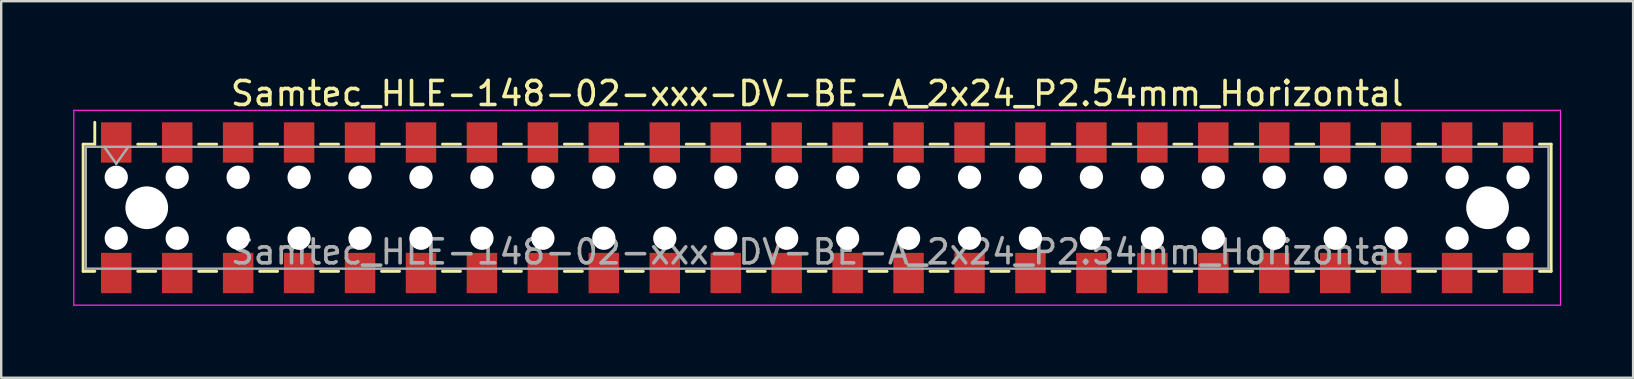
<source format=kicad_pcb>
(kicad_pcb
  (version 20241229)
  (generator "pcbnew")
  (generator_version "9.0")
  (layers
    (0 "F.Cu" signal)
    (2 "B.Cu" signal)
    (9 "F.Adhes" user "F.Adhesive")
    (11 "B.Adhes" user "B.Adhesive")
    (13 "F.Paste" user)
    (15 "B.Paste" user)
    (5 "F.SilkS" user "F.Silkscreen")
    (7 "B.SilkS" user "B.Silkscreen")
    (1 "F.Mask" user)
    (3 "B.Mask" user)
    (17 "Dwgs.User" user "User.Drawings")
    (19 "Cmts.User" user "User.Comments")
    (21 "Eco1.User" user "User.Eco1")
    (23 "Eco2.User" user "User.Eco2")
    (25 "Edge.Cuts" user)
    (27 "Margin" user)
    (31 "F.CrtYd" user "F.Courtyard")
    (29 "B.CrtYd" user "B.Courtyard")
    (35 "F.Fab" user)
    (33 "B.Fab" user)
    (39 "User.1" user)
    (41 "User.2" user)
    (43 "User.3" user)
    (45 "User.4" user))
  (footprint "Samtec_HLE-148-02-xxx-DV-BE-A_2x24_P2.54mm_Horizontal"
    (layer "F.Cu")
    (at 31.005 5.608)
    (property "Reference" "Samtec_HLE-148-02-xxx-DV-BE-A_2x24_P2.54mm_Horizontal" (at 0 -4.76 0) (layer "F.SilkS") (effects (font (size 1 1) (thickness 0.15))))
    (attr smd)
    (fp_line (start -30.59 -2.65) (end -30.59 2.65) (stroke (width 0.12) (type solid)) (layer "F.SilkS"))
    (fp_line (start -30.59 2.65) (end -30.105 2.65) (stroke (width 0.12) (type solid)) (layer "F.SilkS"))
    (fp_line (start -30.105 -3.56) (end -30.105 -2.65) (stroke (width 0.12) (type solid)) (layer "F.SilkS"))
    (fp_line (start -30.105 -2.65) (end -30.59 -2.65) (stroke (width 0.12) (type solid)) (layer "F.SilkS"))
    (fp_line (start -28.315 -2.65) (end -27.565 -2.65) (stroke (width 0.12) (type solid)) (layer "F.SilkS"))
    (fp_line (start -28.315 2.65) (end -27.565 2.65) (stroke (width 0.12) (type solid)) (layer "F.SilkS"))
    (fp_line (start -25.775 -2.65) (end -25.025 -2.65) (stroke (width 0.12) (type solid)) (layer "F.SilkS"))
    (fp_line (start -25.775 2.65) (end -25.025 2.65) (stroke (width 0.12) (type solid)) (layer "F.SilkS"))
    (fp_line (start -23.235 -2.65) (end -22.485 -2.65) (stroke (width 0.12) (type solid)) (layer "F.SilkS"))
    (fp_line (start -23.235 2.65) (end -22.485 2.65) (stroke (width 0.12) (type solid)) (layer "F.SilkS"))
    (fp_line (start -20.695 -2.65) (end -19.945 -2.65) (stroke (width 0.12) (type solid)) (layer "F.SilkS"))
    (fp_line (start -20.695 2.65) (end -19.945 2.65) (stroke (width 0.12) (type solid)) (layer "F.SilkS"))
    (fp_line (start -18.155 -2.65) (end -17.405 -2.65) (stroke (width 0.12) (type solid)) (layer "F.SilkS"))
    (fp_line (start -18.155 2.65) (end -17.405 2.65) (stroke (width 0.12) (type solid)) (layer "F.SilkS"))
    (fp_line (start -15.615 -2.65) (end -14.865 -2.65) (stroke (width 0.12) (type solid)) (layer "F.SilkS"))
    (fp_line (start -15.615 2.65) (end -14.865 2.65) (stroke (width 0.12) (type solid)) (layer "F.SilkS"))
    (fp_line (start -13.075 -2.65) (end -12.325 -2.65) (stroke (width 0.12) (type solid)) (layer "F.SilkS"))
    (fp_line (start -13.075 2.65) (end -12.325 2.65) (stroke (width 0.12) (type solid)) (layer "F.SilkS"))
    (fp_line (start -10.535 -2.65) (end -9.785 -2.65) (stroke (width 0.12) (type solid)) (layer "F.SilkS"))
    (fp_line (start -10.535 2.65) (end -9.785 2.65) (stroke (width 0.12) (type solid)) (layer "F.SilkS"))
    (fp_line (start -7.995 -2.65) (end -7.245 -2.65) (stroke (width 0.12) (type solid)) (layer "F.SilkS"))
    (fp_line (start -7.995 2.65) (end -7.245 2.65) (stroke (width 0.12) (type solid)) (layer "F.SilkS"))
    (fp_line (start -5.455 -2.65) (end -4.705 -2.65) (stroke (width 0.12) (type solid)) (layer "F.SilkS"))
    (fp_line (start -5.455 2.65) (end -4.705 2.65) (stroke (width 0.12) (type solid)) (layer "F.SilkS"))
    (fp_line (start -2.915 -2.65) (end -2.165 -2.65) (stroke (width 0.12) (type solid)) (layer "F.SilkS"))
    (fp_line (start -2.915 2.65) (end -2.165 2.65) (stroke (width 0.12) (type solid)) (layer "F.SilkS"))
    (fp_line (start -0.375 -2.65) (end 0.375 -2.65) (stroke (width 0.12) (type solid)) (layer "F.SilkS"))
    (fp_line (start -0.375 2.65) (end 0.375 2.65) (stroke (width 0.12) (type solid)) (layer "F.SilkS"))
    (fp_line (start 2.165 -2.65) (end 2.915 -2.65) (stroke (width 0.12) (type solid)) (layer "F.SilkS"))
    (fp_line (start 2.165 2.65) (end 2.915 2.65) (stroke (width 0.12) (type solid)) (layer "F.SilkS"))
    (fp_line (start 4.705 -2.65) (end 5.455 -2.65) (stroke (width 0.12) (type solid)) (layer "F.SilkS"))
    (fp_line (start 4.705 2.65) (end 5.455 2.65) (stroke (width 0.12) (type solid)) (layer "F.SilkS"))
    (fp_line (start 7.245 -2.65) (end 7.995 -2.65) (stroke (width 0.12) (type solid)) (layer "F.SilkS"))
    (fp_line (start 7.245 2.65) (end 7.995 2.65) (stroke (width 0.12) (type solid)) (layer "F.SilkS"))
    (fp_line (start 9.785 -2.65) (end 10.535 -2.65) (stroke (width 0.12) (type solid)) (layer "F.SilkS"))
    (fp_line (start 9.785 2.65) (end 10.535 2.65) (stroke (width 0.12) (type solid)) (layer "F.SilkS"))
    (fp_line (start 12.325 -2.65) (end 13.075 -2.65) (stroke (width 0.12) (type solid)) (layer "F.SilkS"))
    (fp_line (start 12.325 2.65) (end 13.075 2.65) (stroke (width 0.12) (type solid)) (layer "F.SilkS"))
    (fp_line (start 14.865 -2.65) (end 15.615 -2.65) (stroke (width 0.12) (type solid)) (layer "F.SilkS"))
    (fp_line (start 14.865 2.65) (end 15.615 2.65) (stroke (width 0.12) (type solid)) (layer "F.SilkS"))
    (fp_line (start 17.405 -2.65) (end 18.155 -2.65) (stroke (width 0.12) (type solid)) (layer "F.SilkS"))
    (fp_line (start 17.405 2.65) (end 18.155 2.65) (stroke (width 0.12) (type solid)) (layer "F.SilkS"))
    (fp_line (start 19.945 -2.65) (end 20.695 -2.65) (stroke (width 0.12) (type solid)) (layer "F.SilkS"))
    (fp_line (start 19.945 2.65) (end 20.695 2.65) (stroke (width 0.12) (type solid)) (layer "F.SilkS"))
    (fp_line (start 22.485 -2.65) (end 23.235 -2.65) (stroke (width 0.12) (type solid)) (layer "F.SilkS"))
    (fp_line (start 22.485 2.65) (end 23.235 2.65) (stroke (width 0.12) (type solid)) (layer "F.SilkS"))
    (fp_line (start 25.025 -2.65) (end 25.775 -2.65) (stroke (width 0.12) (type solid)) (layer "F.SilkS"))
    (fp_line (start 25.025 2.65) (end 25.775 2.65) (stroke (width 0.12) (type solid)) (layer "F.SilkS"))
    (fp_line (start 27.565 -2.65) (end 28.315 -2.65) (stroke (width 0.12) (type solid)) (layer "F.SilkS"))
    (fp_line (start 27.565 2.65) (end 28.315 2.65) (stroke (width 0.12) (type solid)) (layer "F.SilkS"))
    (fp_line (start 30.105 -2.65) (end 30.59 -2.65) (stroke (width 0.12) (type solid)) (layer "F.SilkS"))
    (fp_line (start 30.59 -2.65) (end 30.59 2.65) (stroke (width 0.12) (type solid)) (layer "F.SilkS"))
    (fp_line (start 30.59 2.65) (end 30.105 2.65) (stroke (width 0.12) (type solid)) (layer "F.SilkS"))
    (fp_line (start -30.98 -4.06) (end 30.98 -4.06) (stroke (width 0.05) (type solid)) (layer "F.CrtYd"))
    (fp_line (start -30.98 4.06) (end -30.98 -4.06) (stroke (width 0.05) (type solid)) (layer "F.CrtYd"))
    (fp_line (start 30.98 -4.06) (end 30.98 4.06) (stroke (width 0.05) (type solid)) (layer "F.CrtYd"))
    (fp_line (start 30.98 4.06) (end -30.98 4.06) (stroke (width 0.05) (type solid)) (layer "F.CrtYd"))
    (fp_line (start -30.48 -2.54) (end 30.48 -2.54) (stroke (width 0.1) (type solid)) (layer "F.Fab"))
    (fp_line (start -30.48 2.54) (end -30.48 -2.54) (stroke (width 0.1) (type solid)) (layer "F.Fab"))
    (fp_line (start -29.71 -2.54) (end -29.21 -1.833) (stroke (width 0.1) (type solid)) (layer "F.Fab"))
    (fp_line (start -29.21 -1.833) (end -28.71 -2.54) (stroke (width 0.1) (type solid)) (layer "F.Fab"))
    (fp_line (start 30.48 -2.54) (end 30.48 2.54) (stroke (width 0.1) (type solid)) (layer "F.Fab"))
    (fp_line (start 30.48 2.54) (end -30.48 2.54) (stroke (width 0.1) (type solid)) (layer "F.Fab"))
    (fp_text user "${REFERENCE}" (at 0 1.84 0) (layer "F.Fab") (effects (font (size 1 1) (thickness 0.15))))
    (pad "" np_thru_hole circle (at -29.21 -1.27) (size 0.97 0.97) (drill 0.97) (layers "*.Cu" "*.Mask"))
    (pad "" np_thru_hole circle (at -29.21 1.27) (size 0.97 0.97) (drill 0.97) (layers "*.Cu" "*.Mask"))
    (pad "" np_thru_hole circle (at -27.94 0) (size 1.78 1.78) (drill 1.78) (layers "*.Cu" "*.Mask"))
    (pad "" np_thru_hole circle (at -26.67 -1.27) (size 0.97 0.97) (drill 0.97) (layers "*.Cu" "*.Mask"))
    (pad "" np_thru_hole circle (at -26.67 1.27) (size 0.97 0.97) (drill 0.97) (layers "*.Cu" "*.Mask"))
    (pad "" np_thru_hole circle (at -24.13 -1.27) (size 0.97 0.97) (drill 0.97) (layers "*.Cu" "*.Mask"))
    (pad "" np_thru_hole circle (at -24.13 1.27) (size 0.97 0.97) (drill 0.97) (layers "*.Cu" "*.Mask"))
    (pad "" np_thru_hole circle (at -21.59 -1.27) (size 0.97 0.97) (drill 0.97) (layers "*.Cu" "*.Mask"))
    (pad "" np_thru_hole circle (at -21.59 1.27) (size 0.97 0.97) (drill 0.97) (layers "*.Cu" "*.Mask"))
    (pad "" np_thru_hole circle (at -19.05 -1.27) (size 0.97 0.97) (drill 0.97) (layers "*.Cu" "*.Mask"))
    (pad "" np_thru_hole circle (at -19.05 1.27) (size 0.97 0.97) (drill 0.97) (layers "*.Cu" "*.Mask"))
    (pad "" np_thru_hole circle (at -16.51 -1.27) (size 0.97 0.97) (drill 0.97) (layers "*.Cu" "*.Mask"))
    (pad "" np_thru_hole circle (at -16.51 1.27) (size 0.97 0.97) (drill 0.97) (layers "*.Cu" "*.Mask"))
    (pad "" np_thru_hole circle (at -13.97 -1.27) (size 0.97 0.97) (drill 0.97) (layers "*.Cu" "*.Mask"))
    (pad "" np_thru_hole circle (at -13.97 1.27) (size 0.97 0.97) (drill 0.97) (layers "*.Cu" "*.Mask"))
    (pad "" np_thru_hole circle (at -11.43 -1.27) (size 0.97 0.97) (drill 0.97) (layers "*.Cu" "*.Mask"))
    (pad "" np_thru_hole circle (at -11.43 1.27) (size 0.97 0.97) (drill 0.97) (layers "*.Cu" "*.Mask"))
    (pad "" np_thru_hole circle (at -8.89 -1.27) (size 0.97 0.97) (drill 0.97) (layers "*.Cu" "*.Mask"))
    (pad "" np_thru_hole circle (at -8.89 1.27) (size 0.97 0.97) (drill 0.97) (layers "*.Cu" "*.Mask"))
    (pad "" np_thru_hole circle (at -6.35 -1.27) (size 0.97 0.97) (drill 0.97) (layers "*.Cu" "*.Mask"))
    (pad "" np_thru_hole circle (at -6.35 1.27) (size 0.97 0.97) (drill 0.97) (layers "*.Cu" "*.Mask"))
    (pad "" np_thru_hole circle (at -3.81 -1.27) (size 0.97 0.97) (drill 0.97) (layers "*.Cu" "*.Mask"))
    (pad "" np_thru_hole circle (at -3.81 1.27) (size 0.97 0.97) (drill 0.97) (layers "*.Cu" "*.Mask"))
    (pad "" np_thru_hole circle (at -1.27 -1.27) (size 0.97 0.97) (drill 0.97) (layers "*.Cu" "*.Mask"))
    (pad "" np_thru_hole circle (at -1.27 1.27) (size 0.97 0.97) (drill 0.97) (layers "*.Cu" "*.Mask"))
    (pad "" np_thru_hole circle (at 1.27 -1.27) (size 0.97 0.97) (drill 0.97) (layers "*.Cu" "*.Mask"))
    (pad "" np_thru_hole circle (at 1.27 1.27) (size 0.97 0.97) (drill 0.97) (layers "*.Cu" "*.Mask"))
    (pad "" np_thru_hole circle (at 3.81 -1.27) (size 0.97 0.97) (drill 0.97) (layers "*.Cu" "*.Mask"))
    (pad "" np_thru_hole circle (at 3.81 1.27) (size 0.97 0.97) (drill 0.97) (layers "*.Cu" "*.Mask"))
    (pad "" np_thru_hole circle (at 6.35 -1.27) (size 0.97 0.97) (drill 0.97) (layers "*.Cu" "*.Mask"))
    (pad "" np_thru_hole circle (at 6.35 1.27) (size 0.97 0.97) (drill 0.97) (layers "*.Cu" "*.Mask"))
    (pad "" np_thru_hole circle (at 8.89 -1.27) (size 0.97 0.97) (drill 0.97) (layers "*.Cu" "*.Mask"))
    (pad "" np_thru_hole circle (at 8.89 1.27) (size 0.97 0.97) (drill 0.97) (layers "*.Cu" "*.Mask"))
    (pad "" np_thru_hole circle (at 11.43 -1.27) (size 0.97 0.97) (drill 0.97) (layers "*.Cu" "*.Mask"))
    (pad "" np_thru_hole circle (at 11.43 1.27) (size 0.97 0.97) (drill 0.97) (layers "*.Cu" "*.Mask"))
    (pad "" np_thru_hole circle (at 13.97 -1.27) (size 0.97 0.97) (drill 0.97) (layers "*.Cu" "*.Mask"))
    (pad "" np_thru_hole circle (at 13.97 1.27) (size 0.97 0.97) (drill 0.97) (layers "*.Cu" "*.Mask"))
    (pad "" np_thru_hole circle (at 16.51 -1.27) (size 0.97 0.97) (drill 0.97) (layers "*.Cu" "*.Mask"))
    (pad "" np_thru_hole circle (at 16.51 1.27) (size 0.97 0.97) (drill 0.97) (layers "*.Cu" "*.Mask"))
    (pad "" np_thru_hole circle (at 19.05 -1.27) (size 0.97 0.97) (drill 0.97) (layers "*.Cu" "*.Mask"))
    (pad "" np_thru_hole circle (at 19.05 1.27) (size 0.97 0.97) (drill 0.97) (layers "*.Cu" "*.Mask"))
    (pad "" np_thru_hole circle (at 21.59 -1.27) (size 0.97 0.97) (drill 0.97) (layers "*.Cu" "*.Mask"))
    (pad "" np_thru_hole circle (at 21.59 1.27) (size 0.97 0.97) (drill 0.97) (layers "*.Cu" "*.Mask"))
    (pad "" np_thru_hole circle (at 24.13 -1.27) (size 0.97 0.97) (drill 0.97) (layers "*.Cu" "*.Mask"))
    (pad "" np_thru_hole circle (at 24.13 1.27) (size 0.97 0.97) (drill 0.97) (layers "*.Cu" "*.Mask"))
    (pad "" np_thru_hole circle (at 26.67 -1.27) (size 0.97 0.97) (drill 0.97) (layers "*.Cu" "*.Mask"))
    (pad "" np_thru_hole circle (at 26.67 1.27) (size 0.97 0.97) (drill 0.97) (layers "*.Cu" "*.Mask"))
    (pad "" np_thru_hole circle (at 27.94 0) (size 1.78 1.78) (drill 1.78) (layers "*.Cu" "*.Mask"))
    (pad "" np_thru_hole circle (at 29.21 -1.27) (size 0.97 0.97) (drill 0.97) (layers "*.Cu" "*.Mask"))
    (pad "" np_thru_hole circle (at 29.21 1.27) (size 0.97 0.97) (drill 0.97) (layers "*.Cu" "*.Mask"))
    (pad "1" smd rect (at -29.21 -2.72) (size 1.27 1.68) (layers "F.Cu" "F.Mask" "F.Paste"))
    (pad "2" smd rect (at -29.21 2.72) (size 1.27 1.68) (layers "F.Cu" "F.Mask" "F.Paste"))
    (pad "3" smd rect (at -26.67 -2.72) (size 1.27 1.68) (layers "F.Cu" "F.Mask" "F.Paste"))
    (pad "4" smd rect (at -26.67 2.72) (size 1.27 1.68) (layers "F.Cu" "F.Mask" "F.Paste"))
    (pad "5" smd rect (at -24.13 -2.72) (size 1.27 1.68) (layers "F.Cu" "F.Mask" "F.Paste"))
    (pad "6" smd rect (at -24.13 2.72) (size 1.27 1.68) (layers "F.Cu" "F.Mask" "F.Paste"))
    (pad "7" smd rect (at -21.59 -2.72) (size 1.27 1.68) (layers "F.Cu" "F.Mask" "F.Paste"))
    (pad "8" smd rect (at -21.59 2.72) (size 1.27 1.68) (layers "F.Cu" "F.Mask" "F.Paste"))
    (pad "9" smd rect (at -19.05 -2.72) (size 1.27 1.68) (layers "F.Cu" "F.Mask" "F.Paste"))
    (pad "10" smd rect (at -19.05 2.72) (size 1.27 1.68) (layers "F.Cu" "F.Mask" "F.Paste"))
    (pad "11" smd rect (at -16.51 -2.72) (size 1.27 1.68) (layers "F.Cu" "F.Mask" "F.Paste"))
    (pad "12" smd rect (at -16.51 2.72) (size 1.27 1.68) (layers "F.Cu" "F.Mask" "F.Paste"))
    (pad "13" smd rect (at -13.97 -2.72) (size 1.27 1.68) (layers "F.Cu" "F.Mask" "F.Paste"))
    (pad "14" smd rect (at -13.97 2.72) (size 1.27 1.68) (layers "F.Cu" "F.Mask" "F.Paste"))
    (pad "15" smd rect (at -11.43 -2.72) (size 1.27 1.68) (layers "F.Cu" "F.Mask" "F.Paste"))
    (pad "16" smd rect (at -11.43 2.72) (size 1.27 1.68) (layers "F.Cu" "F.Mask" "F.Paste"))
    (pad "17" smd rect (at -8.89 -2.72) (size 1.27 1.68) (layers "F.Cu" "F.Mask" "F.Paste"))
    (pad "18" smd rect (at -8.89 2.72) (size 1.27 1.68) (layers "F.Cu" "F.Mask" "F.Paste"))
    (pad "19" smd rect (at -6.35 -2.72) (size 1.27 1.68) (layers "F.Cu" "F.Mask" "F.Paste"))
    (pad "20" smd rect (at -6.35 2.72) (size 1.27 1.68) (layers "F.Cu" "F.Mask" "F.Paste"))
    (pad "21" smd rect (at -3.81 -2.72) (size 1.27 1.68) (layers "F.Cu" "F.Mask" "F.Paste"))
    (pad "22" smd rect (at -3.81 2.72) (size 1.27 1.68) (layers "F.Cu" "F.Mask" "F.Paste"))
    (pad "23" smd rect (at -1.27 -2.72) (size 1.27 1.68) (layers "F.Cu" "F.Mask" "F.Paste"))
    (pad "24" smd rect (at -1.27 2.72) (size 1.27 1.68) (layers "F.Cu" "F.Mask" "F.Paste"))
    (pad "25" smd rect (at 1.27 -2.72) (size 1.27 1.68) (layers "F.Cu" "F.Mask" "F.Paste"))
    (pad "26" smd rect (at 1.27 2.72) (size 1.27 1.68) (layers "F.Cu" "F.Mask" "F.Paste"))
    (pad "27" smd rect (at 3.81 -2.72) (size 1.27 1.68) (layers "F.Cu" "F.Mask" "F.Paste"))
    (pad "28" smd rect (at 3.81 2.72) (size 1.27 1.68) (layers "F.Cu" "F.Mask" "F.Paste"))
    (pad "29" smd rect (at 6.35 -2.72) (size 1.27 1.68) (layers "F.Cu" "F.Mask" "F.Paste"))
    (pad "30" smd rect (at 6.35 2.72) (size 1.27 1.68) (layers "F.Cu" "F.Mask" "F.Paste"))
    (pad "31" smd rect (at 8.89 -2.72) (size 1.27 1.68) (layers "F.Cu" "F.Mask" "F.Paste"))
    (pad "32" smd rect (at 8.89 2.72) (size 1.27 1.68) (layers "F.Cu" "F.Mask" "F.Paste"))
    (pad "33" smd rect (at 11.43 -2.72) (size 1.27 1.68) (layers "F.Cu" "F.Mask" "F.Paste"))
    (pad "34" smd rect (at 11.43 2.72) (size 1.27 1.68) (layers "F.Cu" "F.Mask" "F.Paste"))
    (pad "35" smd rect (at 13.97 -2.72) (size 1.27 1.68) (layers "F.Cu" "F.Mask" "F.Paste"))
    (pad "36" smd rect (at 13.97 2.72) (size 1.27 1.68) (layers "F.Cu" "F.Mask" "F.Paste"))
    (pad "37" smd rect (at 16.51 -2.72) (size 1.27 1.68) (layers "F.Cu" "F.Mask" "F.Paste"))
    (pad "38" smd rect (at 16.51 2.72) (size 1.27 1.68) (layers "F.Cu" "F.Mask" "F.Paste"))
    (pad "39" smd rect (at 19.05 -2.72) (size 1.27 1.68) (layers "F.Cu" "F.Mask" "F.Paste"))
    (pad "40" smd rect (at 19.05 2.72) (size 1.27 1.68) (layers "F.Cu" "F.Mask" "F.Paste"))
    (pad "41" smd rect (at 21.59 -2.72) (size 1.27 1.68) (layers "F.Cu" "F.Mask" "F.Paste"))
    (pad "42" smd rect (at 21.59 2.72) (size 1.27 1.68) (layers "F.Cu" "F.Mask" "F.Paste"))
    (pad "43" smd rect (at 24.13 -2.72) (size 1.27 1.68) (layers "F.Cu" "F.Mask" "F.Paste"))
    (pad "44" smd rect (at 24.13 2.72) (size 1.27 1.68) (layers "F.Cu" "F.Mask" "F.Paste"))
    (pad "45" smd rect (at 26.67 -2.72) (size 1.27 1.68) (layers "F.Cu" "F.Mask" "F.Paste"))
    (pad "46" smd rect (at 26.67 2.72) (size 1.27 1.68) (layers "F.Cu" "F.Mask" "F.Paste"))
    (pad "47" smd rect (at 29.21 -2.72) (size 1.27 1.68) (layers "F.Cu" "F.Mask" "F.Paste"))
    (pad "48" smd rect (at 29.21 2.72) (size 1.27 1.68) (layers "F.Cu" "F.Mask" "F.Paste")))
  (gr_rect
    (start -3 -3)
    (end 65.01 12.693)
    (stroke (width 0.1) (type default))
    (fill no)
    (layer "Edge.Cuts")))
</source>
